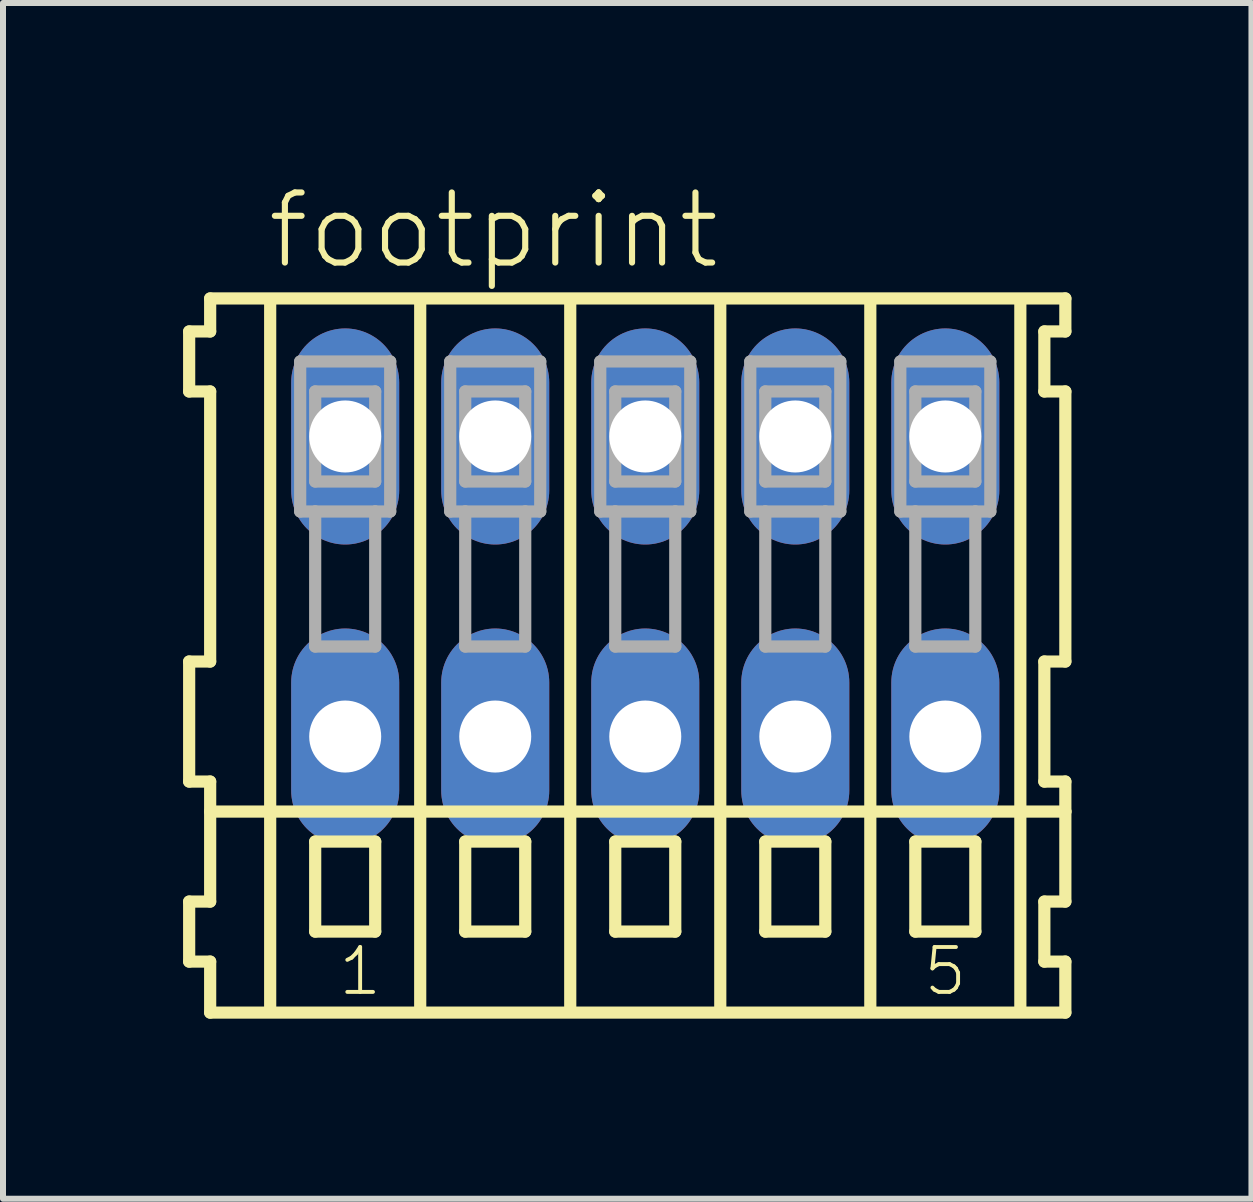
<source format=kicad_pcb>
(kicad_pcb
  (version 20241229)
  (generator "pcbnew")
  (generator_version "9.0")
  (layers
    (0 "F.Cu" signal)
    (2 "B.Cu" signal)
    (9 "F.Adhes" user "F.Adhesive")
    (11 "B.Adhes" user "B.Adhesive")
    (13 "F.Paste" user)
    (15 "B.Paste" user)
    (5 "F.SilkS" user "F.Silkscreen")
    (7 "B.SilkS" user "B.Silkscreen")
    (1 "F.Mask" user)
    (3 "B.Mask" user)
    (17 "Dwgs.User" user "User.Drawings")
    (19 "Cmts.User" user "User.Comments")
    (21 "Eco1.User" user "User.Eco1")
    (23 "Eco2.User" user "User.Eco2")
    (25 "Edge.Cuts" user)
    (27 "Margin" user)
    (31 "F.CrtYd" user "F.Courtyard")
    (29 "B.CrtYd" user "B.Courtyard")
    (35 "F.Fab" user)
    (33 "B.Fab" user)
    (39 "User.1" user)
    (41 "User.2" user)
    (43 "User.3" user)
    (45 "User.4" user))
  (footprint "footprint"
    (layer "F.Cu")
    (at 7.702 6.723)
    (property "Reference" "footprint" (at -6.35 -5.25 0) (layer "F.SilkS") (effects (font (size 1.168 1.168) (thickness 0.102)) (justify left bottom)))
    (fp_line (start -7.6 -4.25) (end -7.6 -3.25) (stroke (width 0.203) (type solid)) (layer "F.SilkS"))
    (fp_line (start -7.6 -3.25) (end -7.25 -3.25) (stroke (width 0.203) (type solid)) (layer "F.SilkS"))
    (fp_line (start -7.6 1.25) (end -7.6 3.25) (stroke (width 0.203) (type solid)) (layer "F.SilkS"))
    (fp_line (start -7.6 3.25) (end -7.25 3.25) (stroke (width 0.203) (type solid)) (layer "F.SilkS"))
    (fp_line (start -7.6 5.25) (end -7.6 6.25) (stroke (width 0.203) (type solid)) (layer "F.SilkS"))
    (fp_line (start -7.6 6.25) (end -7.25 6.25) (stroke (width 0.203) (type solid)) (layer "F.SilkS"))
    (fp_line (start -7.25 -4.8) (end -7.25 -4.25) (stroke (width 0.203) (type solid)) (layer "F.SilkS"))
    (fp_line (start -7.25 -4.25) (end -7.6 -4.25) (stroke (width 0.203) (type solid)) (layer "F.SilkS"))
    (fp_line (start -7.25 -3.25) (end -7.25 1.25) (stroke (width 0.203) (type solid)) (layer "F.SilkS"))
    (fp_line (start -7.25 1.25) (end -7.6 1.25) (stroke (width 0.203) (type solid)) (layer "F.SilkS"))
    (fp_line (start -7.25 3.25) (end -7.25 5.25) (stroke (width 0.203) (type solid)) (layer "F.SilkS"))
    (fp_line (start -7.25 3.75) (end 7 3.75) (stroke (width 0.203) (type solid)) (layer "F.SilkS"))
    (fp_line (start -7.25 5.25) (end -7.6 5.25) (stroke (width 0.203) (type solid)) (layer "F.SilkS"))
    (fp_line (start -7.25 6.25) (end -7.25 7.1) (stroke (width 0.203) (type solid)) (layer "F.SilkS"))
    (fp_line (start -7.25 7.1) (end 7 7.1) (stroke (width 0.203) (type solid)) (layer "F.SilkS"))
    (fp_line (start -6.25 -4.75) (end -6.25 7) (stroke (width 0.203) (type solid)) (layer "F.SilkS"))
    (fp_line (start -5.5 4.25) (end -5.5 5.75) (stroke (width 0.203) (type solid)) (layer "F.SilkS"))
    (fp_line (start -5.5 5.75) (end -4.5 5.75) (stroke (width 0.203) (type solid)) (layer "F.SilkS"))
    (fp_line (start -4.5 4.25) (end -5.5 4.25) (stroke (width 0.203) (type solid)) (layer "F.SilkS"))
    (fp_line (start -4.5 5.75) (end -4.5 4.25) (stroke (width 0.203) (type solid)) (layer "F.SilkS"))
    (fp_line (start -3.75 -4.75) (end -3.75 7) (stroke (width 0.203) (type solid)) (layer "F.SilkS"))
    (fp_line (start -3 4.25) (end -3 5.75) (stroke (width 0.203) (type solid)) (layer "F.SilkS"))
    (fp_line (start -3 5.75) (end -2 5.75) (stroke (width 0.203) (type solid)) (layer "F.SilkS"))
    (fp_line (start -2 4.25) (end -3 4.25) (stroke (width 0.203) (type solid)) (layer "F.SilkS"))
    (fp_line (start -2 5.75) (end -2 4.25) (stroke (width 0.203) (type solid)) (layer "F.SilkS"))
    (fp_line (start -1.25 -4.75) (end -1.25 7) (stroke (width 0.203) (type solid)) (layer "F.SilkS"))
    (fp_line (start -0.5 4.25) (end -0.5 5.75) (stroke (width 0.203) (type solid)) (layer "F.SilkS"))
    (fp_line (start -0.5 5.75) (end 0.5 5.75) (stroke (width 0.203) (type solid)) (layer "F.SilkS"))
    (fp_line (start 0.5 4.25) (end -0.5 4.25) (stroke (width 0.203) (type solid)) (layer "F.SilkS"))
    (fp_line (start 0.5 5.75) (end 0.5 4.25) (stroke (width 0.203) (type solid)) (layer "F.SilkS"))
    (fp_line (start 1.25 -4.75) (end 1.25 7) (stroke (width 0.203) (type solid)) (layer "F.SilkS"))
    (fp_line (start 2 4.25) (end 2 5.75) (stroke (width 0.203) (type solid)) (layer "F.SilkS"))
    (fp_line (start 2 5.75) (end 3 5.75) (stroke (width 0.203) (type solid)) (layer "F.SilkS"))
    (fp_line (start 3 4.25) (end 2 4.25) (stroke (width 0.203) (type solid)) (layer "F.SilkS"))
    (fp_line (start 3 5.75) (end 3 4.25) (stroke (width 0.203) (type solid)) (layer "F.SilkS"))
    (fp_line (start 3.75 -4.75) (end 3.75 7) (stroke (width 0.203) (type solid)) (layer "F.SilkS"))
    (fp_line (start 4.5 4.25) (end 4.5 5.75) (stroke (width 0.203) (type solid)) (layer "F.SilkS"))
    (fp_line (start 4.5 5.75) (end 5.5 5.75) (stroke (width 0.203) (type solid)) (layer "F.SilkS"))
    (fp_line (start 5.5 4.25) (end 4.5 4.25) (stroke (width 0.203) (type solid)) (layer "F.SilkS"))
    (fp_line (start 5.5 5.75) (end 5.5 4.25) (stroke (width 0.203) (type solid)) (layer "F.SilkS"))
    (fp_line (start 6.25 -4.75) (end 6.25 7) (stroke (width 0.203) (type solid)) (layer "F.SilkS"))
    (fp_line (start 6.65 -4.25) (end 6.65 -3.25) (stroke (width 0.203) (type solid)) (layer "F.SilkS"))
    (fp_line (start 6.65 -3.25) (end 7 -3.25) (stroke (width 0.203) (type solid)) (layer "F.SilkS"))
    (fp_line (start 6.65 1.25) (end 6.65 3.25) (stroke (width 0.203) (type solid)) (layer "F.SilkS"))
    (fp_line (start 6.65 3.25) (end 7 3.25) (stroke (width 0.203) (type solid)) (layer "F.SilkS"))
    (fp_line (start 6.65 5.25) (end 6.65 6.25) (stroke (width 0.203) (type solid)) (layer "F.SilkS"))
    (fp_line (start 6.65 6.25) (end 7 6.25) (stroke (width 0.203) (type solid)) (layer "F.SilkS"))
    (fp_line (start 7 -4.8) (end -7.25 -4.8) (stroke (width 0.203) (type solid)) (layer "F.SilkS"))
    (fp_line (start 7 -4.25) (end 6.65 -4.25) (stroke (width 0.203) (type solid)) (layer "F.SilkS"))
    (fp_line (start 7 -4.25) (end 7 -4.8) (stroke (width 0.203) (type solid)) (layer "F.SilkS"))
    (fp_line (start 7 1.25) (end 6.65 1.25) (stroke (width 0.203) (type solid)) (layer "F.SilkS"))
    (fp_line (start 7 1.25) (end 7 -3.25) (stroke (width 0.203) (type solid)) (layer "F.SilkS"))
    (fp_line (start 7 3.75) (end 7 3.25) (stroke (width 0.203) (type solid)) (layer "F.SilkS"))
    (fp_line (start 7 5.25) (end 6.65 5.25) (stroke (width 0.203) (type solid)) (layer "F.SilkS"))
    (fp_line (start 7 5.25) (end 7 3.75) (stroke (width 0.203) (type solid)) (layer "F.SilkS"))
    (fp_line (start 7 7.1) (end 7 6.25) (stroke (width 0.203) (type solid)) (layer "F.SilkS"))
    (fp_line (start -5.75 -3.75) (end -5.75 -1.25) (stroke (width 0.203) (type solid)) (layer "F.Fab"))
    (fp_line (start -5.75 -1.25) (end -5.5 -1.25) (stroke (width 0.203) (type solid)) (layer "F.Fab"))
    (fp_line (start -5.5 -3.25) (end -5.5 -1.75) (stroke (width 0.203) (type solid)) (layer "F.Fab"))
    (fp_line (start -5.5 -1.75) (end -4.5 -1.75) (stroke (width 0.203) (type solid)) (layer "F.Fab"))
    (fp_line (start -5.5 -1.25) (end -5.5 1) (stroke (width 0.203) (type solid)) (layer "F.Fab"))
    (fp_line (start -5.5 -1.25) (end -4.5 -1.25) (stroke (width 0.203) (type solid)) (layer "F.Fab"))
    (fp_line (start -5.5 1) (end -4.5 1) (stroke (width 0.203) (type solid)) (layer "F.Fab"))
    (fp_line (start -4.5 -3.25) (end -5.5 -3.25) (stroke (width 0.203) (type solid)) (layer "F.Fab"))
    (fp_line (start -4.5 -1.75) (end -4.5 -3.25) (stroke (width 0.203) (type solid)) (layer "F.Fab"))
    (fp_line (start -4.5 -1.25) (end -4.25 -1.25) (stroke (width 0.203) (type solid)) (layer "F.Fab"))
    (fp_line (start -4.5 1) (end -4.5 -1.25) (stroke (width 0.203) (type solid)) (layer "F.Fab"))
    (fp_line (start -4.25 -3.75) (end -5.75 -3.75) (stroke (width 0.203) (type solid)) (layer "F.Fab"))
    (fp_line (start -4.25 -1.25) (end -4.25 -3.75) (stroke (width 0.203) (type solid)) (layer "F.Fab"))
    (fp_line (start -3.25 -3.75) (end -3.25 -1.25) (stroke (width 0.203) (type solid)) (layer "F.Fab"))
    (fp_line (start -3.25 -1.25) (end -3 -1.25) (stroke (width 0.203) (type solid)) (layer "F.Fab"))
    (fp_line (start -3 -3.25) (end -3 -1.75) (stroke (width 0.203) (type solid)) (layer "F.Fab"))
    (fp_line (start -3 -1.75) (end -2 -1.75) (stroke (width 0.203) (type solid)) (layer "F.Fab"))
    (fp_line (start -3 -1.25) (end -3 1) (stroke (width 0.203) (type solid)) (layer "F.Fab"))
    (fp_line (start -3 -1.25) (end -2 -1.25) (stroke (width 0.203) (type solid)) (layer "F.Fab"))
    (fp_line (start -3 1) (end -2 1) (stroke (width 0.203) (type solid)) (layer "F.Fab"))
    (fp_line (start -2 -3.25) (end -3 -3.25) (stroke (width 0.203) (type solid)) (layer "F.Fab"))
    (fp_line (start -2 -1.75) (end -2 -3.25) (stroke (width 0.203) (type solid)) (layer "F.Fab"))
    (fp_line (start -2 -1.25) (end -1.75 -1.25) (stroke (width 0.203) (type solid)) (layer "F.Fab"))
    (fp_line (start -2 1) (end -2 -1.25) (stroke (width 0.203) (type solid)) (layer "F.Fab"))
    (fp_line (start -1.75 -3.75) (end -3.25 -3.75) (stroke (width 0.203) (type solid)) (layer "F.Fab"))
    (fp_line (start -1.75 -1.25) (end -1.75 -3.75) (stroke (width 0.203) (type solid)) (layer "F.Fab"))
    (fp_line (start -0.75 -3.75) (end -0.75 -1.25) (stroke (width 0.203) (type solid)) (layer "F.Fab"))
    (fp_line (start -0.75 -1.25) (end -0.5 -1.25) (stroke (width 0.203) (type solid)) (layer "F.Fab"))
    (fp_line (start -0.5 -3.25) (end -0.5 -1.75) (stroke (width 0.203) (type solid)) (layer "F.Fab"))
    (fp_line (start -0.5 -1.75) (end 0.5 -1.75) (stroke (width 0.203) (type solid)) (layer "F.Fab"))
    (fp_line (start -0.5 -1.25) (end -0.5 1) (stroke (width 0.203) (type solid)) (layer "F.Fab"))
    (fp_line (start -0.5 -1.25) (end 0.5 -1.25) (stroke (width 0.203) (type solid)) (layer "F.Fab"))
    (fp_line (start -0.5 1) (end 0.5 1) (stroke (width 0.203) (type solid)) (layer "F.Fab"))
    (fp_line (start 0.5 -3.25) (end -0.5 -3.25) (stroke (width 0.203) (type solid)) (layer "F.Fab"))
    (fp_line (start 0.5 -1.75) (end 0.5 -3.25) (stroke (width 0.203) (type solid)) (layer "F.Fab"))
    (fp_line (start 0.5 -1.25) (end 0.75 -1.25) (stroke (width 0.203) (type solid)) (layer "F.Fab"))
    (fp_line (start 0.5 1) (end 0.5 -1.25) (stroke (width 0.203) (type solid)) (layer "F.Fab"))
    (fp_line (start 0.75 -3.75) (end -0.75 -3.75) (stroke (width 0.203) (type solid)) (layer "F.Fab"))
    (fp_line (start 0.75 -1.25) (end 0.75 -3.75) (stroke (width 0.203) (type solid)) (layer "F.Fab"))
    (fp_line (start 1.75 -3.75) (end 1.75 -1.25) (stroke (width 0.203) (type solid)) (layer "F.Fab"))
    (fp_line (start 1.75 -1.25) (end 2 -1.25) (stroke (width 0.203) (type solid)) (layer "F.Fab"))
    (fp_line (start 2 -3.25) (end 2 -1.75) (stroke (width 0.203) (type solid)) (layer "F.Fab"))
    (fp_line (start 2 -1.75) (end 3 -1.75) (stroke (width 0.203) (type solid)) (layer "F.Fab"))
    (fp_line (start 2 -1.25) (end 2 1) (stroke (width 0.203) (type solid)) (layer "F.Fab"))
    (fp_line (start 2 -1.25) (end 3 -1.25) (stroke (width 0.203) (type solid)) (layer "F.Fab"))
    (fp_line (start 2 1) (end 3 1) (stroke (width 0.203) (type solid)) (layer "F.Fab"))
    (fp_line (start 3 -3.25) (end 2 -3.25) (stroke (width 0.203) (type solid)) (layer "F.Fab"))
    (fp_line (start 3 -1.75) (end 3 -3.25) (stroke (width 0.203) (type solid)) (layer "F.Fab"))
    (fp_line (start 3 -1.25) (end 3.25 -1.25) (stroke (width 0.203) (type solid)) (layer "F.Fab"))
    (fp_line (start 3 1) (end 3 -1.25) (stroke (width 0.203) (type solid)) (layer "F.Fab"))
    (fp_line (start 3.25 -3.75) (end 1.75 -3.75) (stroke (width 0.203) (type solid)) (layer "F.Fab"))
    (fp_line (start 3.25 -1.25) (end 3.25 -3.75) (stroke (width 0.203) (type solid)) (layer "F.Fab"))
    (fp_line (start 4.25 -3.75) (end 4.25 -1.25) (stroke (width 0.203) (type solid)) (layer "F.Fab"))
    (fp_line (start 4.25 -1.25) (end 4.5 -1.25) (stroke (width 0.203) (type solid)) (layer "F.Fab"))
    (fp_line (start 4.5 -3.25) (end 4.5 -1.75) (stroke (width 0.203) (type solid)) (layer "F.Fab"))
    (fp_line (start 4.5 -1.75) (end 5.5 -1.75) (stroke (width 0.203) (type solid)) (layer "F.Fab"))
    (fp_line (start 4.5 -1.25) (end 4.5 1) (stroke (width 0.203) (type solid)) (layer "F.Fab"))
    (fp_line (start 4.5 -1.25) (end 5.5 -1.25) (stroke (width 0.203) (type solid)) (layer "F.Fab"))
    (fp_line (start 4.5 1) (end 5.5 1) (stroke (width 0.203) (type solid)) (layer "F.Fab"))
    (fp_line (start 5.5 -3.25) (end 4.5 -3.25) (stroke (width 0.203) (type solid)) (layer "F.Fab"))
    (fp_line (start 5.5 -1.75) (end 5.5 -3.25) (stroke (width 0.203) (type solid)) (layer "F.Fab"))
    (fp_line (start 5.5 -1.25) (end 5.75 -1.25) (stroke (width 0.203) (type solid)) (layer "F.Fab"))
    (fp_line (start 5.5 1) (end 5.5 -1.25) (stroke (width 0.203) (type solid)) (layer "F.Fab"))
    (fp_line (start 5.75 -3.75) (end 4.25 -3.75) (stroke (width 0.203) (type solid)) (layer "F.Fab"))
    (fp_line (start 5.75 -1.25) (end 5.75 -3.75) (stroke (width 0.203) (type solid)) (layer "F.Fab"))
    (fp_text user "1" (at -5.15 6.85 0) (layer "F.SilkS") (effects (font (size 0.748 0.748) (thickness 0.065)) (justify left bottom)))
    (fp_text user "5" (at 4.6 6.85 0) (layer "F.SilkS") (effects (font (size 0.748 0.748) (thickness 0.065)) (justify left bottom)))
    (pad "A1" thru_hole oval (at -5 -2.5 90) (size 3.6 1.8) (drill 1.2) (layers "*.Cu" "*.Mask"))
    (pad "A2" thru_hole oval (at -2.5 -2.5 90) (size 3.6 1.8) (drill 1.2) (layers "*.Cu" "*.Mask"))
    (pad "A3" thru_hole oval (at 0 -2.5 90) (size 3.6 1.8) (drill 1.2) (layers "*.Cu" "*.Mask"))
    (pad "A4" thru_hole oval (at 2.5 -2.5 90) (size 3.6 1.8) (drill 1.2) (layers "*.Cu" "*.Mask"))
    (pad "A5" thru_hole oval (at 5 -2.5 90) (size 3.6 1.8) (drill 1.2) (layers "*.Cu" "*.Mask"))
    (pad "B1" thru_hole oval (at -5 2.5 90) (size 3.6 1.8) (drill 1.2) (layers "*.Cu" "*.Mask"))
    (pad "B2" thru_hole oval (at -2.5 2.5 90) (size 3.6 1.8) (drill 1.2) (layers "*.Cu" "*.Mask"))
    (pad "B3" thru_hole oval (at 0 2.5 90) (size 3.6 1.8) (drill 1.2) (layers "*.Cu" "*.Mask"))
    (pad "B4" thru_hole oval (at 2.5 2.5 90) (size 3.6 1.8) (drill 1.2) (layers "*.Cu" "*.Mask"))
    (pad "B5" thru_hole oval (at 5 2.5 90) (size 3.6 1.8) (drill 1.2) (layers "*.Cu" "*.Mask")))
  (gr_rect
    (start -3 -3)
    (end 17.803 16.925)
    (stroke (width 0.1) (type default))
    (fill no)
    (layer "Edge.Cuts")))
</source>
